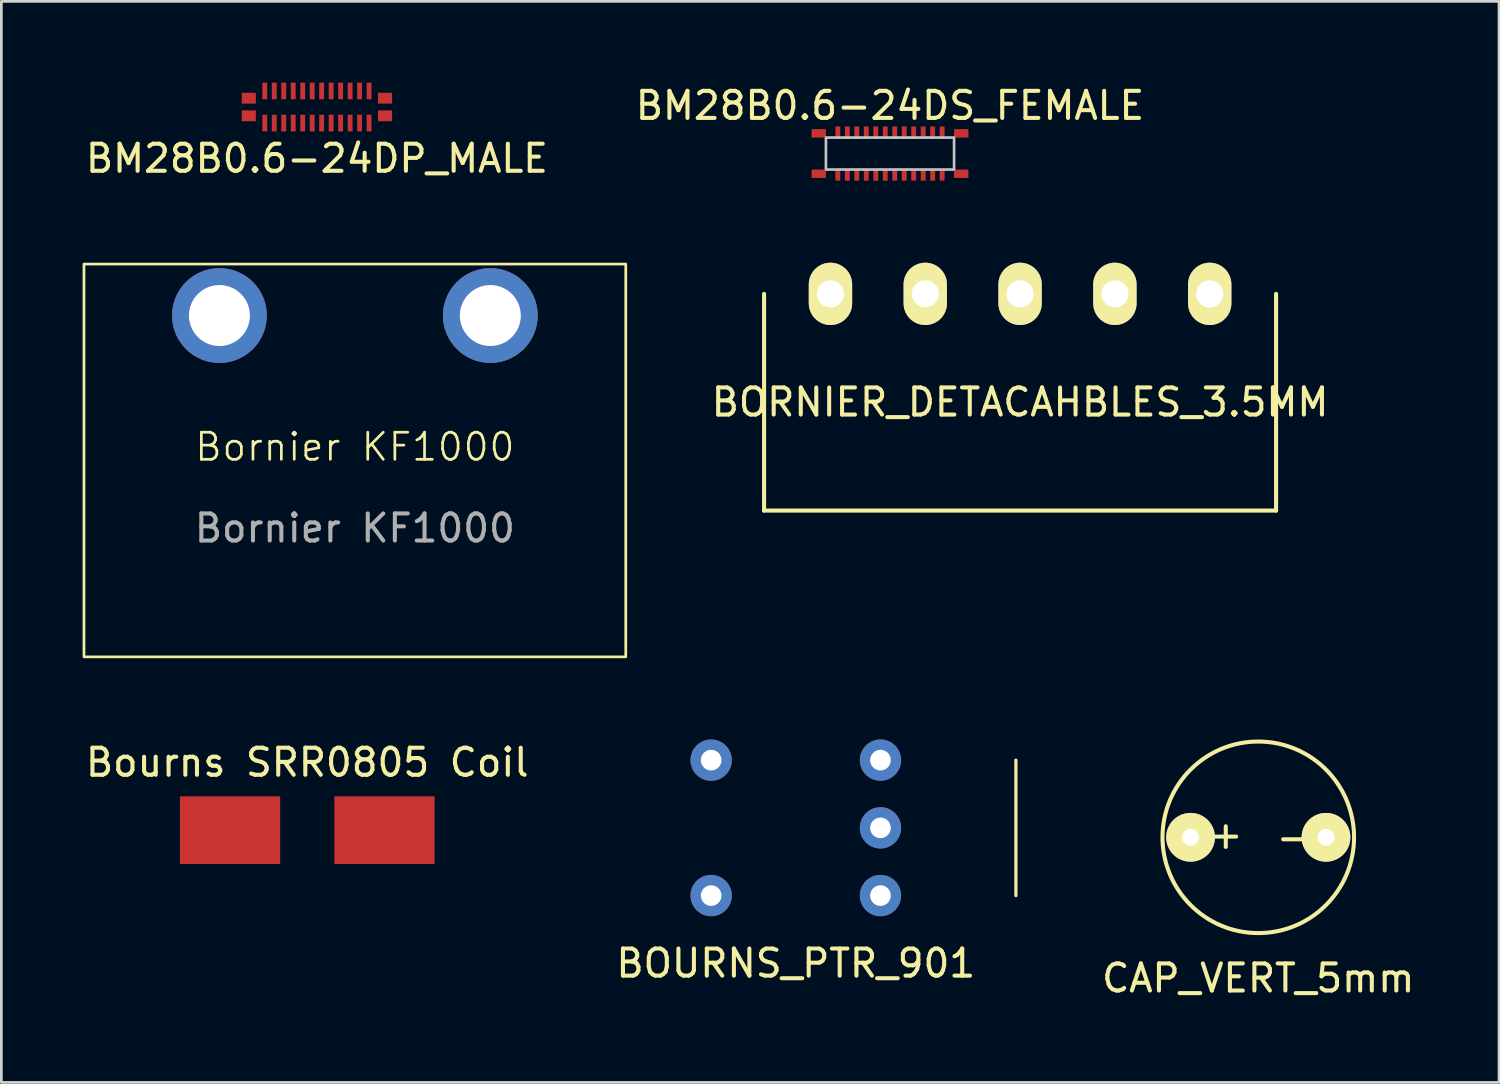
<source format=kicad_pcb>
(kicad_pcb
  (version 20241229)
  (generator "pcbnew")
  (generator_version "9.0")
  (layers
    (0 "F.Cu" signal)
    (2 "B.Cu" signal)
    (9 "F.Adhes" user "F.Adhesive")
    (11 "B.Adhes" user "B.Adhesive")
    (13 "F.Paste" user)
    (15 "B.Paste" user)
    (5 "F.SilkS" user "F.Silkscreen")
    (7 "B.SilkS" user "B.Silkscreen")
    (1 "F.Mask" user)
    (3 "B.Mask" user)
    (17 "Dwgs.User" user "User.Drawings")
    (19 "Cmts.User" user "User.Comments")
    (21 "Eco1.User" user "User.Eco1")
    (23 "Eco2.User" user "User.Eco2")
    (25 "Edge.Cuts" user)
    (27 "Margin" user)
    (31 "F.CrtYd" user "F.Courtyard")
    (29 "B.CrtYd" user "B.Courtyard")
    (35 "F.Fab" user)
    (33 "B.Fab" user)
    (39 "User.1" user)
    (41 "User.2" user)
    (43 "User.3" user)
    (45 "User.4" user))
  (footprint "BOURNS_PTR_901"
    (layer "F.Cu")
    (at 29.452 27.51)
    (property "Reference" "BOURNS_PTR_901" (at -3.125 5 0) (layer "F.SilkS") (effects (font (size 1 1) (thickness 0.15))))
    (attr through_hole)
    (fp_line (start 5 -2.5) (end 5 2.5) (stroke (width 0.12) (type solid)) (layer "F.SilkS"))
    (pad "1" thru_hole circle (at 0 2.5) (size 1.524 1.524) (drill 0.762) (layers "*.Cu" "*.Mask"))
    (pad "2" thru_hole circle (at 0 0) (size 1.524 1.524) (drill 0.762) (layers "*.Cu" "*.Mask"))
    (pad "3" thru_hole circle (at 0 -2.5) (size 1.524 1.524) (drill 0.762) (layers "*.Cu" "*.Mask"))
    (pad "4" thru_hole circle (at -6.25 -2.5) (size 1.524 1.524) (drill 0.762) (layers "*.Cu" "*.Mask"))
    (pad "5" thru_hole circle (at -6.25 2.5) (size 1.524 1.524) (drill 0.762) (layers "*.Cu" "*.Mask")))
  (footprint "BM28B0.6-24DP_MALE"
    (layer "F.Cu")
    (at 8.649 0.9)
    (property "Reference" "BM28B0.6-24DP_MALE" (at 0 1.9 0) (layer "F.SilkS") (effects (font (size 1 1) (thickness 0.15))))
    (attr through_hole)
    (pad "1" smd rect (at -1.925 0.593) (size 0.18 0.615) (layers "F.Cu" "F.Mask" "F.Paste"))
    (pad "2" smd rect (at -1.575 0.593) (size 0.18 0.615) (layers "F.Cu" "F.Mask" "F.Paste"))
    (pad "3" smd rect (at -1.225 0.593) (size 0.18 0.615) (layers "F.Cu" "F.Mask" "F.Paste"))
    (pad "4" smd rect (at -0.875 0.593) (size 0.18 0.615) (layers "F.Cu" "F.Mask" "F.Paste"))
    (pad "5" smd rect (at -0.525 0.593) (size 0.18 0.615) (layers "F.Cu" "F.Mask" "F.Paste"))
    (pad "6" smd rect (at -0.175 0.593) (size 0.18 0.615) (layers "F.Cu" "F.Mask" "F.Paste"))
    (pad "7" smd rect (at 0.175 0.593) (size 0.18 0.615) (layers "F.Cu" "F.Mask" "F.Paste"))
    (pad "8" smd rect (at 0.525 0.593) (size 0.18 0.615) (layers "F.Cu" "F.Mask" "F.Paste"))
    (pad "9" smd rect (at 0.875 0.593) (size 0.18 0.615) (layers "F.Cu" "F.Mask" "F.Paste"))
    (pad "10" smd rect (at 1.225 0.593) (size 0.18 0.615) (layers "F.Cu" "F.Mask" "F.Paste"))
    (pad "11" smd rect (at 1.575 0.593) (size 0.18 0.615) (layers "F.Cu" "F.Mask" "F.Paste"))
    (pad "12" smd rect (at 1.925 0.593) (size 0.18 0.615) (layers "F.Cu" "F.Mask" "F.Paste"))
    (pad "13" smd rect (at 1.925 -0.593) (size 0.18 0.615) (layers "F.Cu" "F.Mask" "F.Paste"))
    (pad "14" smd rect (at 1.575 -0.593) (size 0.18 0.615) (layers "F.Cu" "F.Mask" "F.Paste"))
    (pad "15" smd rect (at 1.225 -0.593) (size 0.18 0.615) (layers "F.Cu" "F.Mask" "F.Paste"))
    (pad "16" smd rect (at 0.875 -0.593) (size 0.18 0.615) (layers "F.Cu" "F.Mask" "F.Paste"))
    (pad "17" smd rect (at 0.525 -0.593) (size 0.18 0.615) (layers "F.Cu" "F.Mask" "F.Paste"))
    (pad "18" smd rect (at 0.175 -0.593) (size 0.18 0.615) (layers "F.Cu" "F.Mask" "F.Paste"))
    (pad "19" smd rect (at -0.175 -0.593) (size 0.18 0.615) (layers "F.Cu" "F.Mask" "F.Paste"))
    (pad "20" smd rect (at -0.525 -0.593) (size 0.18 0.615) (layers "F.Cu" "F.Mask" "F.Paste"))
    (pad "21" smd rect (at -0.875 -0.593) (size 0.18 0.615) (layers "F.Cu" "F.Mask" "F.Paste"))
    (pad "22" smd rect (at -1.225 -0.593) (size 0.18 0.615) (layers "F.Cu" "F.Mask" "F.Paste"))
    (pad "23" smd rect (at -1.575 -0.593) (size 0.18 0.615) (layers "F.Cu" "F.Mask" "F.Paste"))
    (pad "24" smd rect (at -1.925 -0.593) (size 0.18 0.615) (layers "F.Cu" "F.Mask" "F.Paste"))
    (pad "25" smd rect (at -2.515 -0.325) (size 0.52 0.4) (layers "F.Cu" "F.Mask" "F.Paste"))
    (pad "25" smd rect (at -2.515 0.325) (size 0.52 0.4) (layers "F.Cu" "F.Mask" "F.Paste"))
    (pad "26" smd rect (at 2.515 -0.325) (size 0.52 0.4) (layers "F.Cu" "F.Mask" "F.Paste"))
    (pad "26" smd rect (at 2.515 0.325) (size 0.52 0.4) (layers "F.Cu" "F.Mask" "F.Paste")))
  (footprint "BM28B0.6-24DS_FEMALE"
    (layer "F.Cu")
    (at 29.804 2.618)
    (property "Reference" "BM28B0.6-24DS_FEMALE" (at 0 -1.77 0) (layer "F.SilkS") (effects (font (size 1 1) (thickness 0.15))))
    (attr through_hole)
    (fp_poly (pts (xy 2.365 0.59) (xy -2.365 0.59) (xy -2.365 -0.59) (xy 2.365 -0.59)) (stroke (width 0.1) (type solid)) (fill no) (layer "Dwgs.User"))
    (pad "1" smd rect (at -1.925 0.795) (size 0.18 0.41) (layers "F.Cu" "F.Mask" "F.Paste"))
    (pad "2" smd rect (at -1.575 0.795) (size 0.18 0.41) (layers "F.Cu" "F.Mask" "F.Paste"))
    (pad "3" smd rect (at -1.225 0.795) (size 0.18 0.41) (layers "F.Cu" "F.Mask" "F.Paste"))
    (pad "4" smd rect (at -0.875 0.795) (size 0.18 0.41) (layers "F.Cu" "F.Mask" "F.Paste"))
    (pad "5" smd rect (at -0.525 0.795) (size 0.18 0.41) (layers "F.Cu" "F.Mask" "F.Paste"))
    (pad "6" smd rect (at -0.175 0.795) (size 0.18 0.41) (layers "F.Cu" "F.Mask" "F.Paste"))
    (pad "7" smd rect (at 0.175 0.795) (size 0.18 0.41) (layers "F.Cu" "F.Mask" "F.Paste"))
    (pad "8" smd rect (at 0.525 0.795) (size 0.18 0.41) (layers "F.Cu" "F.Mask" "F.Paste"))
    (pad "9" smd rect (at 0.875 0.795) (size 0.18 0.41) (layers "F.Cu" "F.Mask" "F.Paste"))
    (pad "10" smd rect (at 1.225 0.795) (size 0.18 0.41) (layers "F.Cu" "F.Mask" "F.Paste"))
    (pad "11" smd rect (at 1.575 0.795) (size 0.18 0.41) (layers "F.Cu" "F.Mask" "F.Paste"))
    (pad "12" smd rect (at 1.925 0.795) (size 0.18 0.41) (layers "F.Cu" "F.Mask" "F.Paste"))
    (pad "13" smd rect (at 1.925 -0.795) (size 0.18 0.41) (layers "F.Cu" "F.Mask" "F.Paste"))
    (pad "14" smd rect (at 1.575 -0.795) (size 0.18 0.41) (layers "F.Cu" "F.Mask" "F.Paste"))
    (pad "15" smd rect (at 1.225 -0.795) (size 0.18 0.41) (layers "F.Cu" "F.Mask" "F.Paste"))
    (pad "16" smd rect (at 0.875 -0.795) (size 0.18 0.41) (layers "F.Cu" "F.Mask" "F.Paste"))
    (pad "17" smd rect (at 0.525 -0.795) (size 0.18 0.41) (layers "F.Cu" "F.Mask" "F.Paste"))
    (pad "18" smd rect (at 0.175 -0.795) (size 0.18 0.41) (layers "F.Cu" "F.Mask" "F.Paste"))
    (pad "19" smd rect (at -0.175 -0.795) (size 0.18 0.41) (layers "F.Cu" "F.Mask" "F.Paste"))
    (pad "20" smd rect (at -0.525 -0.795) (size 0.18 0.41) (layers "F.Cu" "F.Mask" "F.Paste"))
    (pad "21" smd rect (at -0.875 -0.795) (size 0.18 0.41) (layers "F.Cu" "F.Mask" "F.Paste"))
    (pad "22" smd rect (at -1.225 -0.795) (size 0.18 0.41) (layers "F.Cu" "F.Mask" "F.Paste"))
    (pad "23" smd rect (at -1.575 -0.795) (size 0.18 0.41) (layers "F.Cu" "F.Mask" "F.Paste"))
    (pad "24" smd rect (at -1.925 -0.795) (size 0.18 0.41) (layers "F.Cu" "F.Mask" "F.Paste"))
    (pad "25" smd rect (at -2.63 -0.745) (size 0.53 0.31) (layers "F.Cu" "F.Mask" "F.Paste"))
    (pad "25" smd rect (at -2.63 0.745) (size 0.53 0.31) (layers "F.Cu" "F.Mask" "F.Paste"))
    (pad "26" smd rect (at 2.63 -0.745) (size 0.53 0.31) (layers "F.Cu" "F.Mask" "F.Paste"))
    (pad "26" smd rect (at 2.63 0.745) (size 0.53 0.31) (layers "F.Cu" "F.Mask" "F.Paste")))
  (footprint "BORNIER_DETACAHBLES_3.5MM"
    (layer "F.Cu")
    (at 34.606 7.798)
    (property "Reference" "BORNIER_DETACAHBLES_3.5MM" (at 0 4 0) (layer "F.SilkS") (effects (font (size 1 1) (thickness 0.15))))
    (attr through_hole)
    (fp_line (start -9.45 0) (end -9.45 8) (stroke (width 0.15) (type solid)) (layer "F.SilkS"))
    (fp_line (start -9.45 8) (end 9.45 8) (stroke (width 0.15) (type solid)) (layer "F.SilkS"))
    (fp_line (start 9.45 8) (end 9.45 0) (stroke (width 0.15) (type solid)) (layer "F.SilkS"))
    (pad "1" thru_hole oval (at -7 0) (size 1.6 2.3) (drill 1) (layers "*.Cu" "*.Mask" "F.SilkS"))
    (pad "2" thru_hole oval (at -3.5 0) (size 1.6 2.3) (drill 1) (layers "*.Cu" "*.Mask" "F.SilkS"))
    (pad "3" thru_hole oval (at 0 0) (size 1.6 2.3) (drill 1) (layers "*.Cu" "*.Mask" "F.SilkS"))
    (pad "4" thru_hole oval (at 3.5 0) (size 1.6 2.3) (drill 1) (layers "*.Cu" "*.Mask" "F.SilkS"))
    (pad "5" thru_hole oval (at 7 0) (size 1.6 2.3) (drill 1) (layers "*.Cu" "*.Mask" "F.SilkS")))
  (footprint "CAP_VERT_5mm"
    (layer "F.Cu")
    (at 43.399 27.859)
    (property "Reference" "CAP_VERT_5mm" (at 0 5.2 0) (layer "F.SilkS") (effects (font (size 1 1) (thickness 0.15))))
    (attr through_hole)
    (fp_circle (center 0 0) (end 2.5 2.5) (stroke (width 0.15) (type solid)) (fill no) (layer "F.SilkS"))
    (fp_text user "-" (at 1.3 0 0) (layer "F.SilkS") (effects (font (size 1 1) (thickness 0.15))))
    (fp_text user "+" (at -1.2 -0.1 0) (layer "F.SilkS") (effects (font (size 1 1) (thickness 0.15))))
    (pad "1" thru_hole circle (at -2.5 0) (size 1.8 1.8) (drill 0.62) (layers "*.Cu" "*.Mask" "F.SilkS"))
    (pad "2" thru_hole circle (at 2.5 0) (size 1.8 1.8) (drill 0.62) (layers "*.Cu" "*.Mask" "F.SilkS")))
  (footprint "Bourns SRR0805 Coil"
    (layer "F.Cu")
    (at 8.292 27.596)
    (property "Reference" "Bourns SRR0805 Coil" (at 0 -2.5 0) (unlocked yes) (layer "F.SilkS") (effects (font (size 1 1) (thickness 0.15))))
    (attr smd)
    (pad "1" smd rect (at -2.85 0) (size 3.7 2.5) (layers "F.Cu" "F.Mask" "F.Paste"))
    (pad "2" smd rect (at 2.85 0) (size 3.7 2.5) (layers "F.Cu" "F.Mask" "F.Paste")))
  (footprint "Bornier KF1000"
    (layer "F.Cu")
    (at 10.05 13.948)
    (property "Reference" "Bornier KF1000" (at 0 -0.5 0) (unlocked yes) (layer "F.SilkS") (effects (font (size 1 1) (thickness 0.1))))
    (attr through_hole)
    (fp_rect (start -10 -7.25) (end 10 7.25) (stroke (width 0.1) (type solid)) (fill no) (layer "F.SilkS"))
    (fp_text user "${REFERENCE}" (at 0 2.5 0) (unlocked yes) (layer "F.Fab") (effects (font (size 1 1) (thickness 0.15))))
    (pad "1" thru_hole circle (at -5 -5.35) (size 3.5 3.5) (drill 2.25) (layers "*.Cu" "*.Mask"))
    (pad "2" thru_hole circle (at 5 -5.35) (size 3.5 3.5) (drill 2.25) (layers "*.Cu" "*.Mask")))
  (gr_rect
    (start -3 -3)
    (end 52.286 36.907)
    (stroke (width 0.1) (type default))
    (fill no)
    (layer "Edge.Cuts")))
</source>
